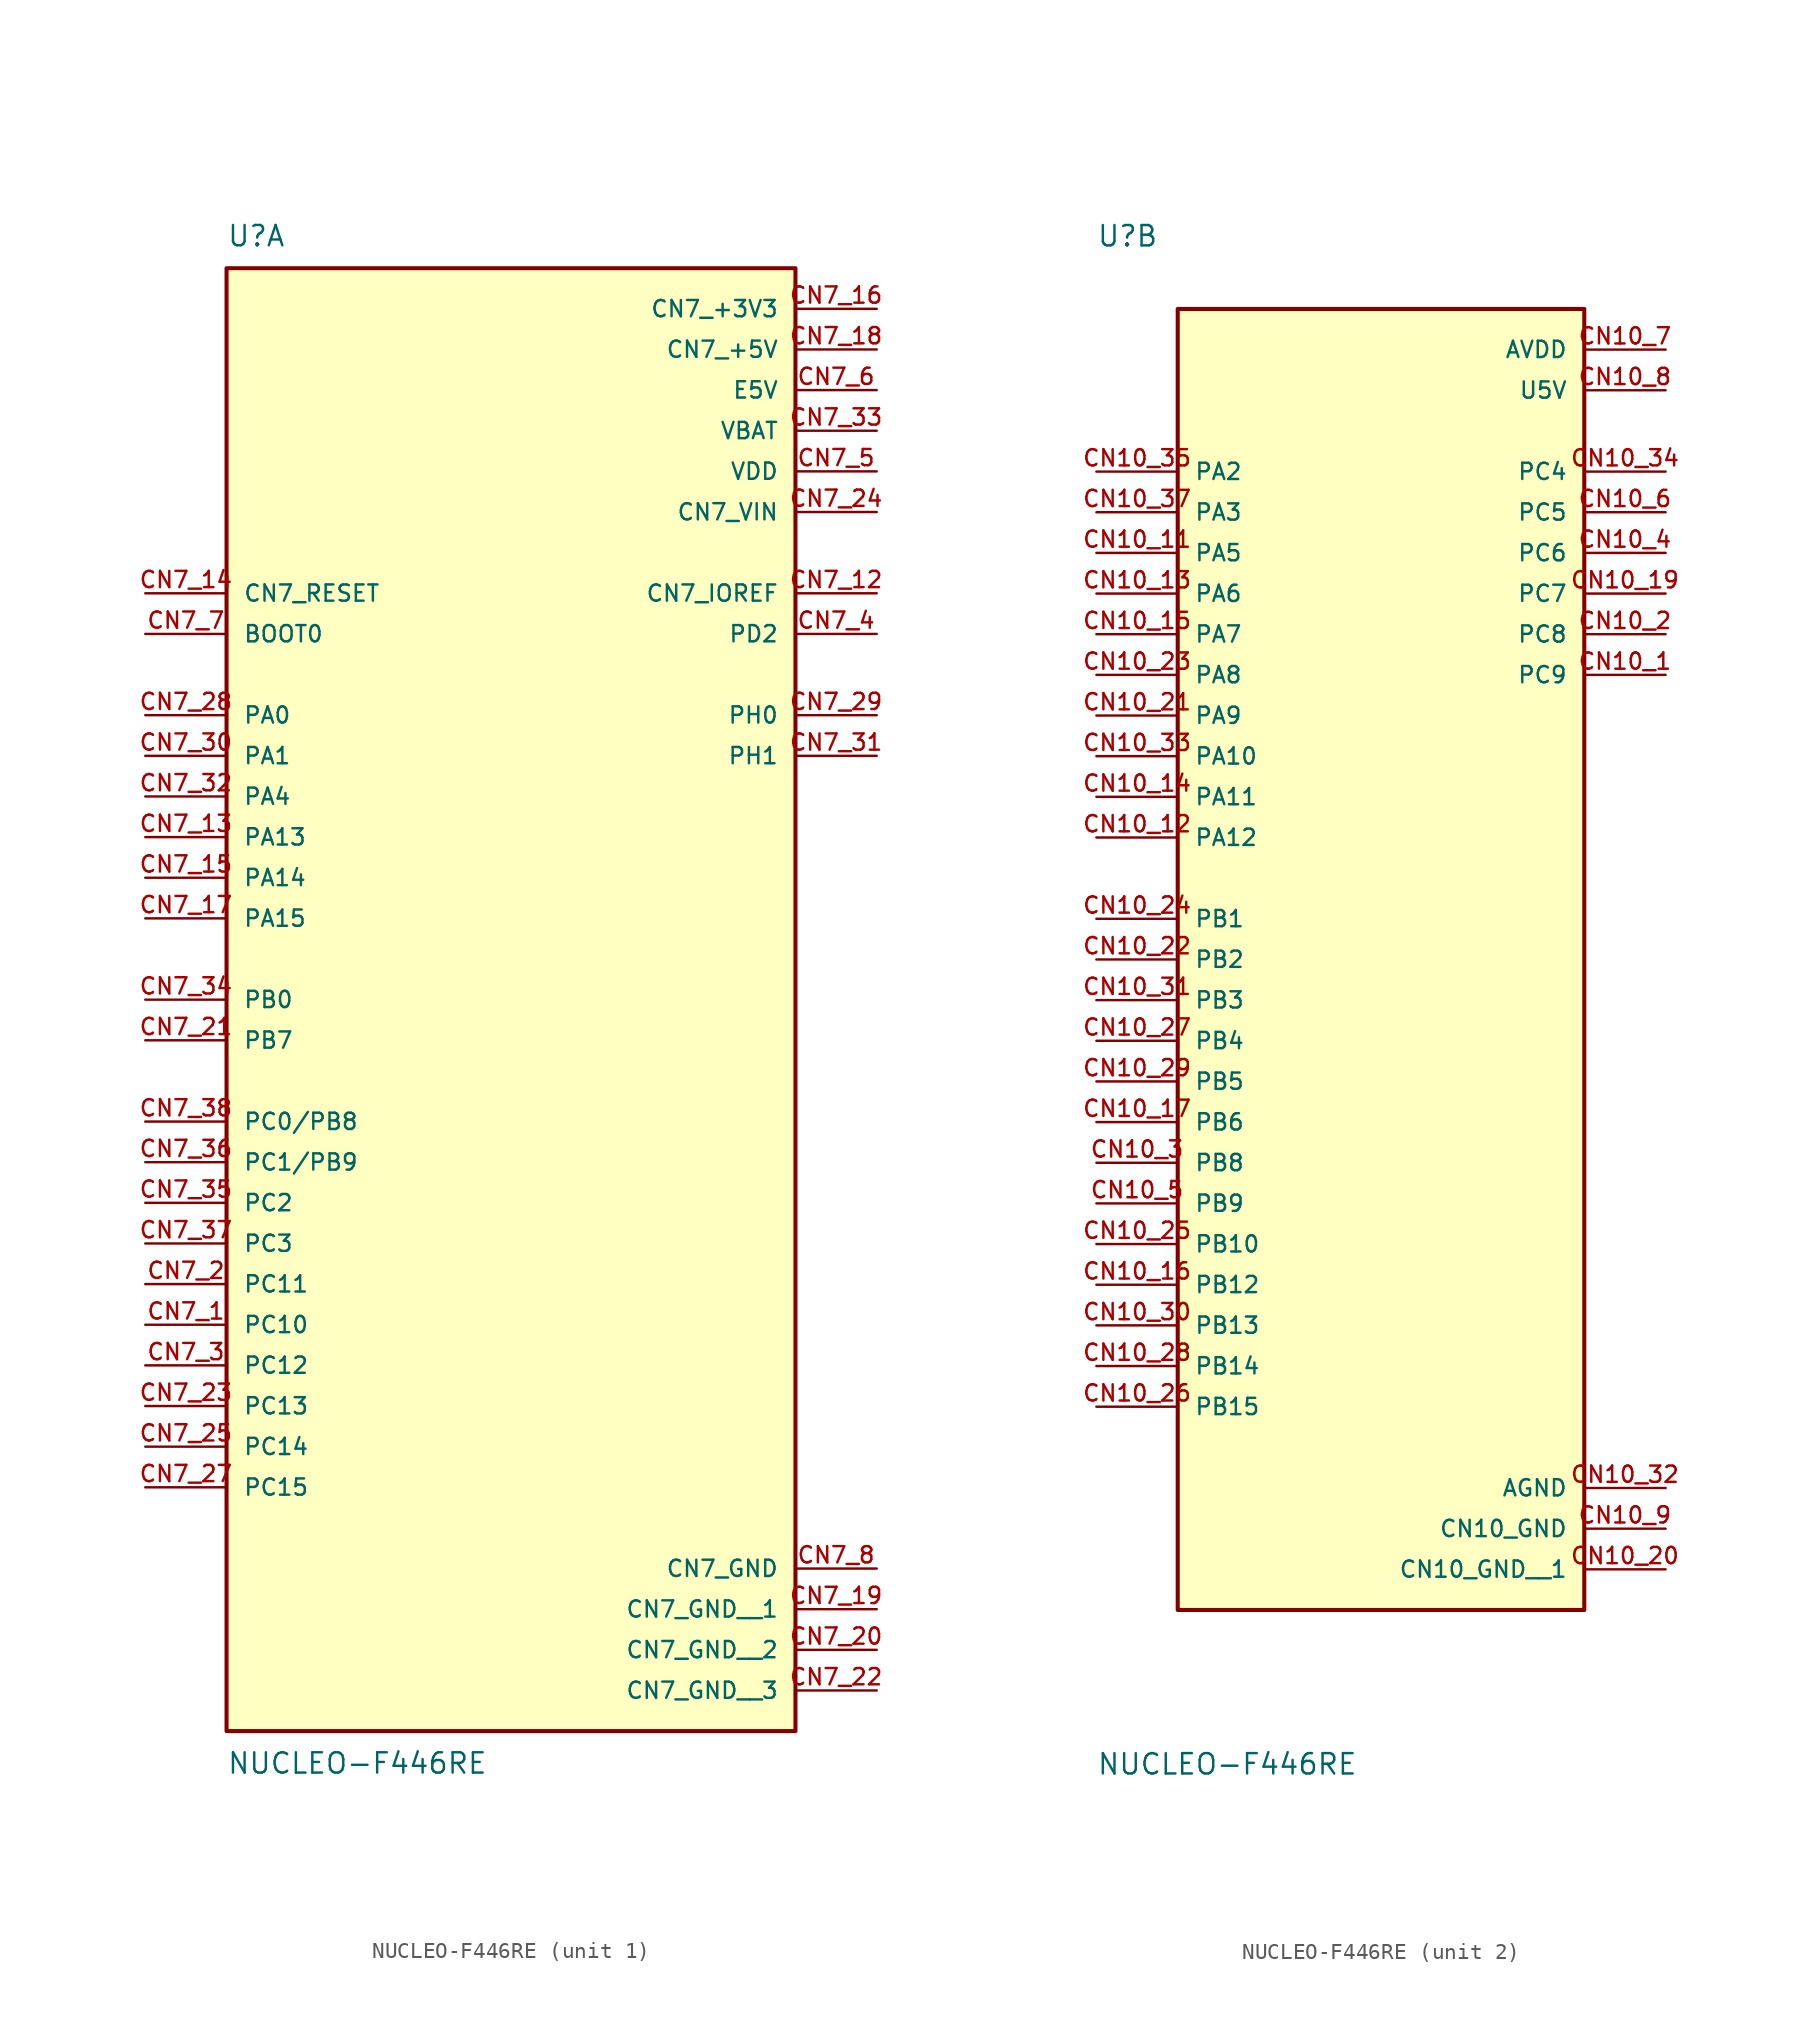
<source format=kicad_sym>
(kicad_symbol_lib
  (version 20231120)
  (generator "kicad_symbol_editor")
  (generator_version "8.0")
  (symbol "NUCLEO-F446RE"
    (pin_names
      (offset 1.016))
    (property "Reference" "U"
      (at -17.78 41.91 0)
      (effects (font (size 1.27 1.27)) (justify left bottom)))
    (property "Value" "NUCLEO-F446RE"
      (at -17.78 -52.07 0)
      (effects (font (size 1.27 1.27)) (justify left top)))
    (symbol "NUCLEO-F446RE_1_0"
      (rectangle (start -17.78 40.64) (end 17.78 -50.8) (stroke (width 0.254) (type default)) (fill (type background)))
      (pin bidirectional line (at -22.86 -25.4 0) (length 5.08) (name "PC10" (effects (font (size 1.016 1.016)))) (number "CN7_1" (effects (font (size 1.016 1.016)))))
      (pin bidirectional line (at 22.86 20.32 180) (length 5.08) (name "CN7_IOREF" (effects (font (size 1.016 1.016)))) (number "CN7_12" (effects (font (size 1.016 1.016)))))
      (pin bidirectional line (at -22.86 5.08 0) (length 5.08) (name "PA13" (effects (font (size 1.016 1.016)))) (number "CN7_13" (effects (font (size 1.016 1.016)))))
      (pin bidirectional line (at -22.86 20.32 0) (length 5.08) (name "CN7_RESET" (effects (font (size 1.016 1.016)))) (number "CN7_14" (effects (font (size 1.016 1.016)))))
      (pin bidirectional line (at -22.86 2.54 0) (length 5.08) (name "PA14" (effects (font (size 1.016 1.016)))) (number "CN7_15" (effects (font (size 1.016 1.016)))))
      (pin power_out line (at 22.86 38.1 180) (length 5.08) (name "CN7_+3V3" (effects (font (size 1.016 1.016)))) (number "CN7_16" (effects (font (size 1.016 1.016)))))
      (pin bidirectional line (at -22.86 0 0) (length 5.08) (name "PA15" (effects (font (size 1.016 1.016)))) (number "CN7_17" (effects (font (size 1.016 1.016)))))
      (pin power_in line (at 22.86 35.56 180) (length 5.08) (name "CN7_+5V" (effects (font (size 1.016 1.016)))) (number "CN7_18" (effects (font (size 1.016 1.016)))))
      (pin power_in line (at 22.86 -43.18 180) (length 5.08) (name "CN7_GND__1" (effects (font (size 1.016 1.016)))) (number "CN7_19" (effects (font (size 1.016 1.016)))))
      (pin bidirectional line (at -22.86 -22.86 0) (length 5.08) (name "PC11" (effects (font (size 1.016 1.016)))) (number "CN7_2" (effects (font (size 1.016 1.016)))))
      (pin power_in line (at 22.86 -45.72 180) (length 5.08) (name "CN7_GND__2" (effects (font (size 1.016 1.016)))) (number "CN7_20" (effects (font (size 1.016 1.016)))))
      (pin bidirectional line (at -22.86 -7.62 0) (length 5.08) (name "PB7" (effects (font (size 1.016 1.016)))) (number "CN7_21" (effects (font (size 1.016 1.016)))))
      (pin power_in line (at 22.86 -48.26 180) (length 5.08) (name "CN7_GND__3" (effects (font (size 1.016 1.016)))) (number "CN7_22" (effects (font (size 1.016 1.016)))))
      (pin bidirectional line (at -22.86 -30.48 0) (length 5.08) (name "PC13" (effects (font (size 1.016 1.016)))) (number "CN7_23" (effects (font (size 1.016 1.016)))))
      (pin power_in line (at 22.86 25.4 180) (length 5.08) (name "CN7_VIN" (effects (font (size 1.016 1.016)))) (number "CN7_24" (effects (font (size 1.016 1.016)))))
      (pin bidirectional line (at -22.86 -33.02 0) (length 5.08) (name "PC14" (effects (font (size 1.016 1.016)))) (number "CN7_25" (effects (font (size 1.016 1.016)))))
      (pin bidirectional line (at -22.86 -35.56 0) (length 5.08) (name "PC15" (effects (font (size 1.016 1.016)))) (number "CN7_27" (effects (font (size 1.016 1.016)))))
      (pin bidirectional line (at -22.86 12.7 0) (length 5.08) (name "PA0" (effects (font (size 1.016 1.016)))) (number "CN7_28" (effects (font (size 1.016 1.016)))))
      (pin bidirectional line (at 22.86 12.7 180) (length 5.08) (name "PH0" (effects (font (size 1.016 1.016)))) (number "CN7_29" (effects (font (size 1.016 1.016)))))
      (pin bidirectional line (at -22.86 -27.94 0) (length 5.08) (name "PC12" (effects (font (size 1.016 1.016)))) (number "CN7_3" (effects (font (size 1.016 1.016)))))
      (pin bidirectional line (at -22.86 10.16 0) (length 5.08) (name "PA1" (effects (font (size 1.016 1.016)))) (number "CN7_30" (effects (font (size 1.016 1.016)))))
      (pin bidirectional line (at 22.86 10.16 180) (length 5.08) (name "PH1" (effects (font (size 1.016 1.016)))) (number "CN7_31" (effects (font (size 1.016 1.016)))))
      (pin bidirectional line (at -22.86 7.62 0) (length 5.08) (name "PA4" (effects (font (size 1.016 1.016)))) (number "CN7_32" (effects (font (size 1.016 1.016)))))
      (pin power_in line (at 22.86 30.48 180) (length 5.08) (name "VBAT" (effects (font (size 1.016 1.016)))) (number "CN7_33" (effects (font (size 1.016 1.016)))))
      (pin bidirectional line (at -22.86 -5.08 0) (length 5.08) (name "PB0" (effects (font (size 1.016 1.016)))) (number "CN7_34" (effects (font (size 1.016 1.016)))))
      (pin bidirectional line (at -22.86 -17.78 0) (length 5.08) (name "PC2" (effects (font (size 1.016 1.016)))) (number "CN7_35" (effects (font (size 1.016 1.016)))))
      (pin bidirectional line (at -22.86 -15.24 0) (length 5.08) (name "PC1/PB9" (effects (font (size 1.016 1.016)))) (number "CN7_36" (effects (font (size 1.016 1.016)))))
      (pin bidirectional line (at -22.86 -20.32 0) (length 5.08) (name "PC3" (effects (font (size 1.016 1.016)))) (number "CN7_37" (effects (font (size 1.016 1.016)))))
      (pin bidirectional line (at -22.86 -12.7 0) (length 5.08) (name "PC0/PB8" (effects (font (size 1.016 1.016)))) (number "CN7_38" (effects (font (size 1.016 1.016)))))
      (pin bidirectional line (at 22.86 17.78 180) (length 5.08) (name "PD2" (effects (font (size 1.016 1.016)))) (number "CN7_4" (effects (font (size 1.016 1.016)))))
      (pin power_in line (at 22.86 27.94 180) (length 5.08) (name "VDD" (effects (font (size 1.016 1.016)))) (number "CN7_5" (effects (font (size 1.016 1.016)))))
      (pin power_in line (at 22.86 33.02 180) (length 5.08) (name "E5V" (effects (font (size 1.016 1.016)))) (number "CN7_6" (effects (font (size 1.016 1.016)))))
      (pin bidirectional line (at -22.86 17.78 0) (length 5.08) (name "BOOT0" (effects (font (size 1.016 1.016)))) (number "CN7_7" (effects (font (size 1.016 1.016)))))
      (pin power_in line (at 22.86 -40.64 180) (length 5.08) (name "CN7_GND" (effects (font (size 1.016 1.016)))) (number "CN7_8" (effects (font (size 1.016 1.016))))))
    (symbol "NUCLEO-F446RE_2_0"
      (rectangle (start -12.7 -43.18) (end 12.7 38.1) (stroke (width 0.254) (type default)) (fill (type background)))
      (pin bidirectional line (at 17.78 15.24 180) (length 5.08) (name "PC9" (effects (font (size 1.016 1.016)))) (number "CN10_1" (effects (font (size 1.016 1.016)))))
      (pin bidirectional line (at -17.78 22.86 0) (length 5.08) (name "PA5" (effects (font (size 1.016 1.016)))) (number "CN10_11" (effects (font (size 1.016 1.016)))))
      (pin bidirectional line (at -17.78 5.08 0) (length 5.08) (name "PA12" (effects (font (size 1.016 1.016)))) (number "CN10_12" (effects (font (size 1.016 1.016)))))
      (pin bidirectional line (at -17.78 20.32 0) (length 5.08) (name "PA6" (effects (font (size 1.016 1.016)))) (number "CN10_13" (effects (font (size 1.016 1.016)))))
      (pin bidirectional line (at -17.78 7.62 0) (length 5.08) (name "PA11" (effects (font (size 1.016 1.016)))) (number "CN10_14" (effects (font (size 1.016 1.016)))))
      (pin bidirectional line (at -17.78 17.78 0) (length 5.08) (name "PA7" (effects (font (size 1.016 1.016)))) (number "CN10_15" (effects (font (size 1.016 1.016)))))
      (pin bidirectional line (at -17.78 -22.86 0) (length 5.08) (name "PB12" (effects (font (size 1.016 1.016)))) (number "CN10_16" (effects (font (size 1.016 1.016)))))
      (pin bidirectional line (at -17.78 -12.7 0) (length 5.08) (name "PB6" (effects (font (size 1.016 1.016)))) (number "CN10_17" (effects (font (size 1.016 1.016)))))
      (pin bidirectional line (at 17.78 20.32 180) (length 5.08) (name "PC7" (effects (font (size 1.016 1.016)))) (number "CN10_19" (effects (font (size 1.016 1.016)))))
      (pin bidirectional line (at 17.78 17.78 180) (length 5.08) (name "PC8" (effects (font (size 1.016 1.016)))) (number "CN10_2" (effects (font (size 1.016 1.016)))))
      (pin power_in line (at 17.78 -40.64 180) (length 5.08) (name "CN10_GND__1" (effects (font (size 1.016 1.016)))) (number "CN10_20" (effects (font (size 1.016 1.016)))))
      (pin bidirectional line (at -17.78 12.7 0) (length 5.08) (name "PA9" (effects (font (size 1.016 1.016)))) (number "CN10_21" (effects (font (size 1.016 1.016)))))
      (pin bidirectional line (at -17.78 -2.54 0) (length 5.08) (name "PB2" (effects (font (size 1.016 1.016)))) (number "CN10_22" (effects (font (size 1.016 1.016)))))
      (pin bidirectional line (at -17.78 15.24 0) (length 5.08) (name "PA8" (effects (font (size 1.016 1.016)))) (number "CN10_23" (effects (font (size 1.016 1.016)))))
      (pin bidirectional line (at -17.78 0 0) (length 5.08) (name "PB1" (effects (font (size 1.016 1.016)))) (number "CN10_24" (effects (font (size 1.016 1.016)))))
      (pin bidirectional line (at -17.78 -20.32 0) (length 5.08) (name "PB10" (effects (font (size 1.016 1.016)))) (number "CN10_25" (effects (font (size 1.016 1.016)))))
      (pin bidirectional line (at -17.78 -30.48 0) (length 5.08) (name "PB15" (effects (font (size 1.016 1.016)))) (number "CN10_26" (effects (font (size 1.016 1.016)))))
      (pin bidirectional line (at -17.78 -7.62 0) (length 5.08) (name "PB4" (effects (font (size 1.016 1.016)))) (number "CN10_27" (effects (font (size 1.016 1.016)))))
      (pin bidirectional line (at -17.78 -27.94 0) (length 5.08) (name "PB14" (effects (font (size 1.016 1.016)))) (number "CN10_28" (effects (font (size 1.016 1.016)))))
      (pin bidirectional line (at -17.78 -10.16 0) (length 5.08) (name "PB5" (effects (font (size 1.016 1.016)))) (number "CN10_29" (effects (font (size 1.016 1.016)))))
      (pin bidirectional line (at -17.78 -15.24 0) (length 5.08) (name "PB8" (effects (font (size 1.016 1.016)))) (number "CN10_3" (effects (font (size 1.016 1.016)))))
      (pin bidirectional line (at -17.78 -25.4 0) (length 5.08) (name "PB13" (effects (font (size 1.016 1.016)))) (number "CN10_30" (effects (font (size 1.016 1.016)))))
      (pin bidirectional line (at -17.78 -5.08 0) (length 5.08) (name "PB3" (effects (font (size 1.016 1.016)))) (number "CN10_31" (effects (font (size 1.016 1.016)))))
      (pin power_in line (at 17.78 -35.56 180) (length 5.08) (name "AGND" (effects (font (size 1.016 1.016)))) (number "CN10_32" (effects (font (size 1.016 1.016)))))
      (pin bidirectional line (at -17.78 10.16 0) (length 5.08) (name "PA10" (effects (font (size 1.016 1.016)))) (number "CN10_33" (effects (font (size 1.016 1.016)))))
      (pin bidirectional line (at 17.78 27.94 180) (length 5.08) (name "PC4" (effects (font (size 1.016 1.016)))) (number "CN10_34" (effects (font (size 1.016 1.016)))))
      (pin bidirectional line (at -17.78 27.94 0) (length 5.08) (name "PA2" (effects (font (size 1.016 1.016)))) (number "CN10_35" (effects (font (size 1.016 1.016)))))
      (pin bidirectional line (at -17.78 25.4 0) (length 5.08) (name "PA3" (effects (font (size 1.016 1.016)))) (number "CN10_37" (effects (font (size 1.016 1.016)))))
      (pin bidirectional line (at 17.78 22.86 180) (length 5.08) (name "PC6" (effects (font (size 1.016 1.016)))) (number "CN10_4" (effects (font (size 1.016 1.016)))))
      (pin bidirectional line (at -17.78 -17.78 0) (length 5.08) (name "PB9" (effects (font (size 1.016 1.016)))) (number "CN10_5" (effects (font (size 1.016 1.016)))))
      (pin bidirectional line (at 17.78 25.4 180) (length 5.08) (name "PC5" (effects (font (size 1.016 1.016)))) (number "CN10_6" (effects (font (size 1.016 1.016)))))
      (pin power_in line (at 17.78 35.56 180) (length 5.08) (name "AVDD" (effects (font (size 1.016 1.016)))) (number "CN10_7" (effects (font (size 1.016 1.016)))))
      (pin power_in line (at 17.78 33.02 180) (length 5.08) (name "U5V" (effects (font (size 1.016 1.016)))) (number "CN10_8" (effects (font (size 1.016 1.016)))))
      (pin power_in line (at 17.78 -38.1 180) (length 5.08) (name "CN10_GND" (effects (font (size 1.016 1.016)))) (number "CN10_9" (effects (font (size 1.016 1.016))))))))
</source>
